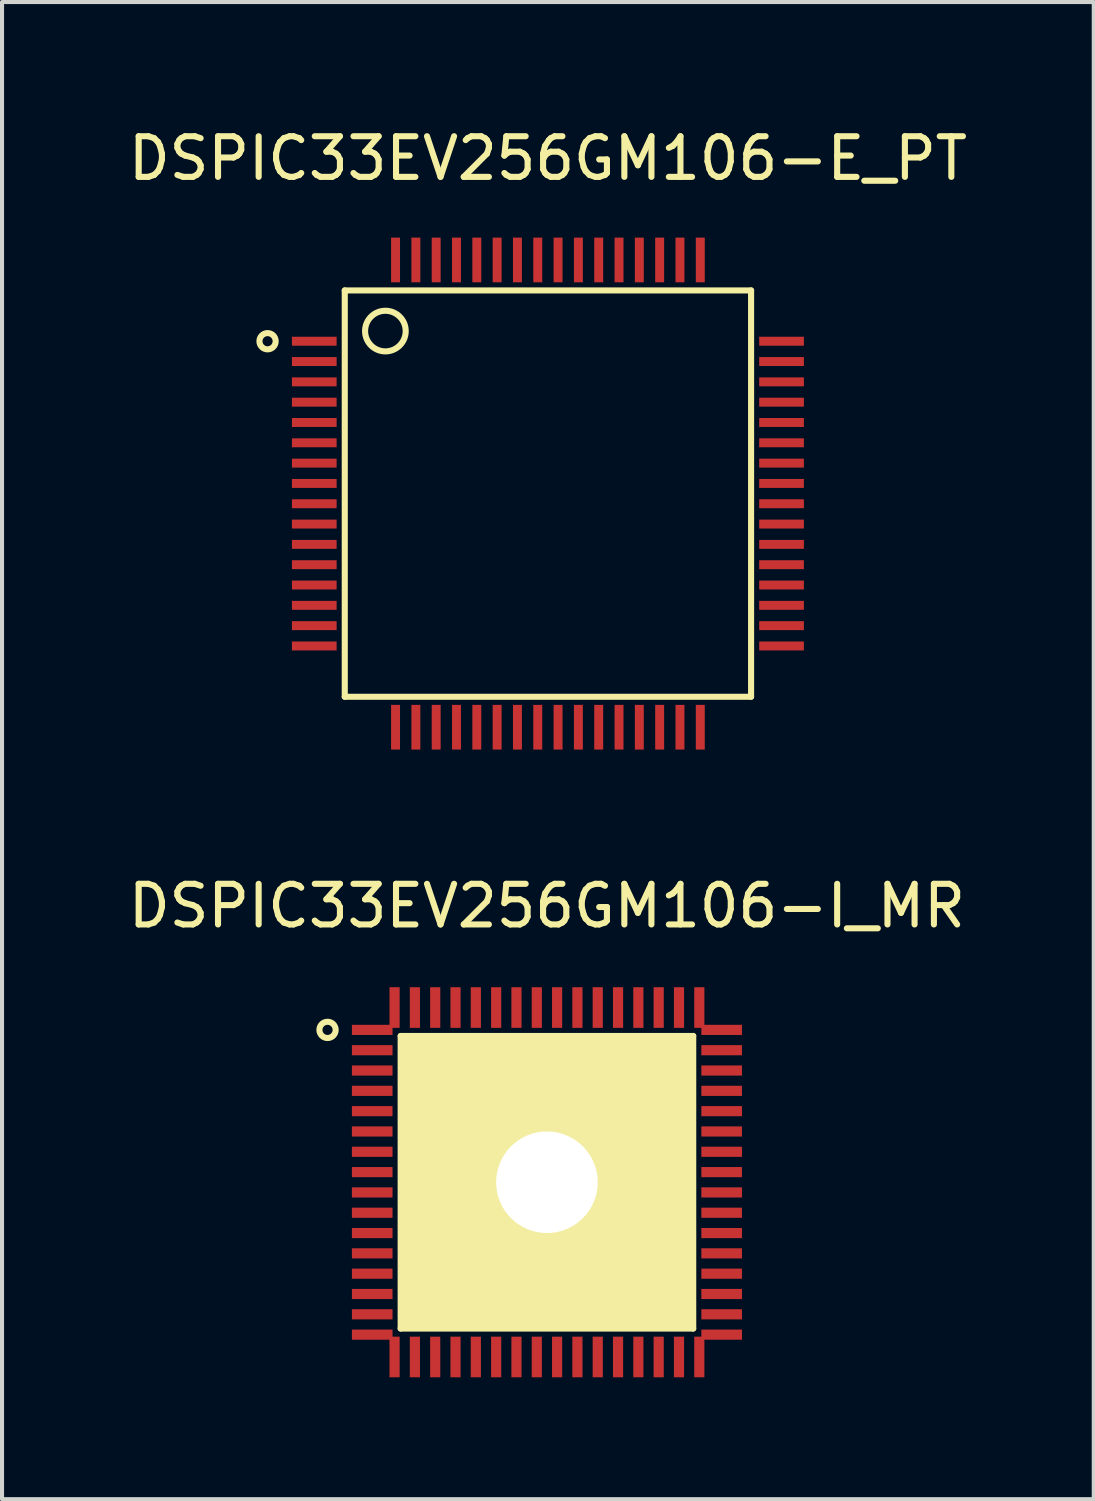
<source format=kicad_pcb>
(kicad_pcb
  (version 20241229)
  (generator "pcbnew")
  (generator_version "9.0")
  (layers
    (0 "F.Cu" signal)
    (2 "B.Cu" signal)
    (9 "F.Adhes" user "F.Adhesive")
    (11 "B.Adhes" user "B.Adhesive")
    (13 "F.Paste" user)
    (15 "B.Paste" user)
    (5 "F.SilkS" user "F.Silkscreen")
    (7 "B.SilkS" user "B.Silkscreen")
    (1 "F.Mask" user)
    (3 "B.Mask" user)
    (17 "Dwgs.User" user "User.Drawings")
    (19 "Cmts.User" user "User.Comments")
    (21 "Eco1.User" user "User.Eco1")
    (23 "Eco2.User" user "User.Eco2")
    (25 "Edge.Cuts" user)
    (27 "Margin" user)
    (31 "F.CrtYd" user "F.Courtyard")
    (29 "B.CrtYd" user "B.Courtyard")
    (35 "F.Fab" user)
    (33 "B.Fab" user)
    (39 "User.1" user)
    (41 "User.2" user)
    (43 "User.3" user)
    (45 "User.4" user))
  (footprint "DSPIC33EV256GM106-E_PT"
    (layer "F.Cu")
    (at 4.685 3.348)
    (property "Reference" "DSPIC33EV256GM106-E_PT" (at 5.75 -2.5 0) (layer "F.SilkS") (effects (font (size 1 1) (thickness 0.15))))
    (attr through_hole)
    (fp_line (start 0.75 0.75) (end 0.75 10.75) (stroke (width 0.15) (type solid)) (layer "F.SilkS"))
    (fp_line (start 0.75 0.75) (end 10.75 0.75) (stroke (width 0.15) (type solid)) (layer "F.SilkS"))
    (fp_line (start 0.75 10.75) (end 10.75 10.75) (stroke (width 0.15) (type solid)) (layer "F.SilkS"))
    (fp_line (start 10.75 10.75) (end 10.75 0.75) (stroke (width 0.15) (type solid)) (layer "F.SilkS"))
    (fp_circle (center -1.15 2) (end -1.15 1.8) (stroke (width 0.15) (type solid)) (fill no) (layer "F.SilkS"))
    (fp_circle (center 1.75 1.75) (end 1.75 1.25) (stroke (width 0.15) (type solid)) (fill no) (layer "F.SilkS"))
    (pad "1" smd rect (at 0 2) (size 1.1 0.22) (layers "F.Cu" "F.Mask" "F.Paste"))
    (pad "2" smd rect (at 0 2.5) (size 1.1 0.22) (layers "F.Cu" "F.Mask" "F.Paste"))
    (pad "3" smd rect (at 0 3) (size 1.1 0.22) (layers "F.Cu" "F.Mask" "F.Paste"))
    (pad "4" smd rect (at 0 3.5) (size 1.1 0.22) (layers "F.Cu" "F.Mask" "F.Paste"))
    (pad "5" smd rect (at 0 4) (size 1.1 0.22) (layers "F.Cu" "F.Mask" "F.Paste"))
    (pad "6" smd rect (at 0 4.5) (size 1.1 0.22) (layers "F.Cu" "F.Mask" "F.Paste"))
    (pad "7" smd rect (at 0 5) (size 1.1 0.22) (layers "F.Cu" "F.Mask" "F.Paste"))
    (pad "8" smd rect (at 0 5.5) (size 1.1 0.22) (layers "F.Cu" "F.Mask" "F.Paste"))
    (pad "9" smd rect (at 0 6) (size 1.1 0.22) (layers "F.Cu" "F.Mask" "F.Paste"))
    (pad "10" smd rect (at 0 6.5) (size 1.1 0.22) (layers "F.Cu" "F.Mask" "F.Paste"))
    (pad "11" smd rect (at 0 7) (size 1.1 0.22) (layers "F.Cu" "F.Mask" "F.Paste"))
    (pad "12" smd rect (at 0 7.5) (size 1.1 0.22) (layers "F.Cu" "F.Mask" "F.Paste"))
    (pad "13" smd rect (at 0 8) (size 1.1 0.22) (layers "F.Cu" "F.Mask" "F.Paste"))
    (pad "14" smd rect (at 0 8.5) (size 1.1 0.22) (layers "F.Cu" "F.Mask" "F.Paste"))
    (pad "15" smd rect (at 0 9) (size 1.1 0.22) (layers "F.Cu" "F.Mask" "F.Paste"))
    (pad "16" smd rect (at 0 9.5) (size 1.1 0.22) (layers "F.Cu" "F.Mask" "F.Paste"))
    (pad "17" smd rect (at 2 11.5) (size 0.22 1.1) (layers "F.Cu" "F.Mask" "F.Paste"))
    (pad "18" smd rect (at 2.5 11.5) (size 0.22 1.1) (layers "F.Cu" "F.Mask" "F.Paste"))
    (pad "19" smd rect (at 3 11.5) (size 0.22 1.1) (layers "F.Cu" "F.Mask" "F.Paste"))
    (pad "20" smd rect (at 3.5 11.5) (size 0.22 1.1) (layers "F.Cu" "F.Mask" "F.Paste"))
    (pad "21" smd rect (at 4 11.5) (size 0.22 1.1) (layers "F.Cu" "F.Mask" "F.Paste"))
    (pad "22" smd rect (at 4.5 11.5) (size 0.22 1.1) (layers "F.Cu" "F.Mask" "F.Paste"))
    (pad "23" smd rect (at 5 11.5) (size 0.22 1.1) (layers "F.Cu" "F.Mask" "F.Paste"))
    (pad "24" smd rect (at 5.5 11.5) (size 0.22 1.1) (layers "F.Cu" "F.Mask" "F.Paste"))
    (pad "25" smd rect (at 6 11.5) (size 0.22 1.1) (layers "F.Cu" "F.Mask" "F.Paste"))
    (pad "26" smd rect (at 6.5 11.5) (size 0.22 1.1) (layers "F.Cu" "F.Mask" "F.Paste"))
    (pad "27" smd rect (at 7 11.5) (size 0.22 1.1) (layers "F.Cu" "F.Mask" "F.Paste"))
    (pad "28" smd rect (at 7.5 11.5) (size 0.22 1.1) (layers "F.Cu" "F.Mask" "F.Paste"))
    (pad "29" smd rect (at 8 11.5) (size 0.22 1.1) (layers "F.Cu" "F.Mask" "F.Paste"))
    (pad "30" smd rect (at 8.5 11.5) (size 0.22 1.1) (layers "F.Cu" "F.Mask" "F.Paste"))
    (pad "31" smd rect (at 9 11.5) (size 0.22 1.1) (layers "F.Cu" "F.Mask" "F.Paste"))
    (pad "32" smd rect (at 9.5 11.5) (size 0.22 1.1) (layers "F.Cu" "F.Mask" "F.Paste"))
    (pad "33" smd rect (at 11.5 9.5) (size 1.1 0.22) (layers "F.Cu" "F.Mask" "F.Paste"))
    (pad "34" smd rect (at 11.5 9) (size 1.1 0.22) (layers "F.Cu" "F.Mask" "F.Paste"))
    (pad "35" smd rect (at 11.5 8.5) (size 1.1 0.22) (layers "F.Cu" "F.Mask" "F.Paste"))
    (pad "36" smd rect (at 11.5 8) (size 1.1 0.22) (layers "F.Cu" "F.Mask" "F.Paste"))
    (pad "37" smd rect (at 11.5 7.5) (size 1.1 0.22) (layers "F.Cu" "F.Mask" "F.Paste"))
    (pad "38" smd rect (at 11.5 7) (size 1.1 0.22) (layers "F.Cu" "F.Mask" "F.Paste"))
    (pad "39" smd rect (at 11.5 6.5) (size 1.1 0.22) (layers "F.Cu" "F.Mask" "F.Paste"))
    (pad "40" smd rect (at 11.5 6) (size 1.1 0.22) (layers "F.Cu" "F.Mask" "F.Paste"))
    (pad "41" smd rect (at 11.5 5.5) (size 1.1 0.22) (layers "F.Cu" "F.Mask" "F.Paste"))
    (pad "42" smd rect (at 11.5 5) (size 1.1 0.22) (layers "F.Cu" "F.Mask" "F.Paste"))
    (pad "43" smd rect (at 11.5 4.5) (size 1.1 0.22) (layers "F.Cu" "F.Mask" "F.Paste"))
    (pad "44" smd rect (at 11.5 4) (size 1.1 0.22) (layers "F.Cu" "F.Mask" "F.Paste"))
    (pad "45" smd rect (at 11.5 3.5) (size 1.1 0.22) (layers "F.Cu" "F.Mask" "F.Paste"))
    (pad "46" smd rect (at 11.5 3) (size 1.1 0.22) (layers "F.Cu" "F.Mask" "F.Paste"))
    (pad "47" smd rect (at 11.5 2.5) (size 1.1 0.22) (layers "F.Cu" "F.Mask" "F.Paste"))
    (pad "48" smd rect (at 11.5 2) (size 1.1 0.22) (layers "F.Cu" "F.Mask" "F.Paste"))
    (pad "49" smd rect (at 9.5 0) (size 0.22 1.1) (layers "F.Cu" "F.Mask" "F.Paste"))
    (pad "50" smd rect (at 9 0) (size 0.22 1.1) (layers "F.Cu" "F.Mask" "F.Paste"))
    (pad "51" smd rect (at 8.5 0) (size 0.22 1.1) (layers "F.Cu" "F.Mask" "F.Paste"))
    (pad "52" smd rect (at 8 0) (size 0.22 1.1) (layers "F.Cu" "F.Mask" "F.Paste"))
    (pad "53" smd rect (at 7.5 0) (size 0.22 1.1) (layers "F.Cu" "F.Mask" "F.Paste"))
    (pad "54" smd rect (at 7 0) (size 0.22 1.1) (layers "F.Cu" "F.Mask" "F.Paste"))
    (pad "55" smd rect (at 6.5 0) (size 0.22 1.1) (layers "F.Cu" "F.Mask" "F.Paste"))
    (pad "56" smd rect (at 6 0) (size 0.22 1.1) (layers "F.Cu" "F.Mask" "F.Paste"))
    (pad "57" smd rect (at 5.5 0) (size 0.22 1.1) (layers "F.Cu" "F.Mask" "F.Paste"))
    (pad "58" smd rect (at 5 0) (size 0.22 1.1) (layers "F.Cu" "F.Mask" "F.Paste"))
    (pad "59" smd rect (at 4.5 0) (size 0.22 1.1) (layers "F.Cu" "F.Mask" "F.Paste"))
    (pad "60" smd rect (at 4 0) (size 0.22 1.1) (layers "F.Cu" "F.Mask" "F.Paste"))
    (pad "61" smd rect (at 3.5 0) (size 0.22 1.1) (layers "F.Cu" "F.Mask" "F.Paste"))
    (pad "62" smd rect (at 3 0) (size 0.22 1.1) (layers "F.Cu" "F.Mask" "F.Paste"))
    (pad "63" smd rect (at 2.5 0) (size 0.22 1.1) (layers "F.Cu" "F.Mask" "F.Paste"))
    (pad "64" smd rect (at 2 0) (size 0.22 1.1) (layers "F.Cu" "F.Mask" "F.Paste")))
  (footprint "DSPIC33EV256GM106-I_MR"
    (layer "F.Cu")
    (at 6.111 21.747)
    (property "Reference" "DSPIC33EV256GM106-I_MR" (at 4.3 -2.5 0) (layer "F.SilkS") (effects (font (size 1 1) (thickness 0.15))))
    (attr through_hole)
    (fp_line (start 0.7 0.7) (end 0.7 7.9) (stroke (width 0.15) (type solid)) (layer "F.SilkS"))
    (fp_line (start 0.7 0.7) (end 7.9 0.7) (stroke (width 0.15) (type solid)) (layer "F.SilkS"))
    (fp_line (start 0.7 7.9) (end 7.9 7.9) (stroke (width 0.15) (type solid)) (layer "F.SilkS"))
    (fp_line (start 7.9 7.9) (end 7.9 0.7) (stroke (width 0.15) (type solid)) (layer "F.SilkS"))
    (fp_circle (center -1.1 0.55) (end -1.1 0.35) (stroke (width 0.15) (type solid)) (fill no) (layer "F.SilkS"))
    (fp_circle (center 1.7 1.7) (end 1.7 1.2) (stroke (width 0.15) (type solid)) (fill no) (layer "F.SilkS"))
    (pad "1" smd rect (at 0 0.55) (size 1 0.25) (layers "F.Cu" "F.Mask" "F.Paste"))
    (pad "2" smd rect (at 0 1.05) (size 1 0.25) (layers "F.Cu" "F.Mask" "F.Paste"))
    (pad "3" smd rect (at 0 1.55) (size 1 0.25) (layers "F.Cu" "F.Mask" "F.Paste"))
    (pad "4" smd rect (at 0 2.05) (size 1 0.25) (layers "F.Cu" "F.Mask" "F.Paste"))
    (pad "5" smd rect (at 0 2.55) (size 1 0.25) (layers "F.Cu" "F.Mask" "F.Paste"))
    (pad "6" smd rect (at 0 3.05) (size 1 0.25) (layers "F.Cu" "F.Mask" "F.Paste"))
    (pad "7" smd rect (at 0 3.55) (size 1 0.25) (layers "F.Cu" "F.Mask" "F.Paste"))
    (pad "8" smd rect (at 0 4.05) (size 1 0.25) (layers "F.Cu" "F.Mask" "F.Paste"))
    (pad "9" smd rect (at 0 4.55) (size 1 0.25) (layers "F.Cu" "F.Mask" "F.Paste"))
    (pad "10" smd rect (at 0 5.05) (size 1 0.25) (layers "F.Cu" "F.Mask" "F.Paste"))
    (pad "11" smd rect (at 0 5.55) (size 1 0.25) (layers "F.Cu" "F.Mask" "F.Paste"))
    (pad "12" smd rect (at 0 6.05) (size 1 0.25) (layers "F.Cu" "F.Mask" "F.Paste"))
    (pad "13" smd rect (at 0 6.55) (size 1 0.25) (layers "F.Cu" "F.Mask" "F.Paste"))
    (pad "14" smd rect (at 0 7.05) (size 1 0.25) (layers "F.Cu" "F.Mask" "F.Paste"))
    (pad "15" smd rect (at 0 7.55) (size 1 0.25) (layers "F.Cu" "F.Mask" "F.Paste"))
    (pad "16" smd rect (at 0 8.05) (size 1 0.25) (layers "F.Cu" "F.Mask" "F.Paste"))
    (pad "17" smd rect (at 0.55 8.6) (size 0.25 1) (layers "F.Cu" "F.Mask" "F.Paste"))
    (pad "18" smd rect (at 1.05 8.6) (size 0.25 1) (layers "F.Cu" "F.Mask" "F.Paste"))
    (pad "19" smd rect (at 1.55 8.6) (size 0.25 1) (layers "F.Cu" "F.Mask" "F.Paste"))
    (pad "20" smd rect (at 2.05 8.6) (size 0.25 1) (layers "F.Cu" "F.Mask" "F.Paste"))
    (pad "21" smd rect (at 2.55 8.6) (size 0.25 1) (layers "F.Cu" "F.Mask" "F.Paste"))
    (pad "22" smd rect (at 3.05 8.6) (size 0.25 1) (layers "F.Cu" "F.Mask" "F.Paste"))
    (pad "23" smd rect (at 3.55 8.6) (size 0.25 1) (layers "F.Cu" "F.Mask" "F.Paste"))
    (pad "24" smd rect (at 4.05 8.6) (size 0.25 1) (layers "F.Cu" "F.Mask" "F.Paste"))
    (pad "25" smd rect (at 4.55 8.6) (size 0.25 1) (layers "F.Cu" "F.Mask" "F.Paste"))
    (pad "26" smd rect (at 5.05 8.6) (size 0.25 1) (layers "F.Cu" "F.Mask" "F.Paste"))
    (pad "27" smd rect (at 5.55 8.6) (size 0.25 1) (layers "F.Cu" "F.Mask" "F.Paste"))
    (pad "28" smd rect (at 6.05 8.6) (size 0.25 1) (layers "F.Cu" "F.Mask" "F.Paste"))
    (pad "29" smd rect (at 6.55 8.6) (size 0.25 1) (layers "F.Cu" "F.Mask" "F.Paste"))
    (pad "30" smd rect (at 7.05 8.6) (size 0.25 1) (layers "F.Cu" "F.Mask" "F.Paste"))
    (pad "31" smd rect (at 7.55 8.6) (size 0.25 1) (layers "F.Cu" "F.Mask" "F.Paste"))
    (pad "32" smd rect (at 8.05 8.6) (size 0.25 1) (layers "F.Cu" "F.Mask" "F.Paste"))
    (pad "33" smd rect (at 8.6 8.05) (size 1 0.25) (layers "F.Cu" "F.Mask" "F.Paste"))
    (pad "34" smd rect (at 8.6 7.55) (size 1 0.25) (layers "F.Cu" "F.Mask" "F.Paste"))
    (pad "35" smd rect (at 8.6 7.05) (size 1 0.25) (layers "F.Cu" "F.Mask" "F.Paste"))
    (pad "36" smd rect (at 8.6 6.55) (size 1 0.25) (layers "F.Cu" "F.Mask" "F.Paste"))
    (pad "37" smd rect (at 8.6 6.05) (size 1 0.25) (layers "F.Cu" "F.Mask" "F.Paste"))
    (pad "38" smd rect (at 8.6 5.55) (size 1 0.25) (layers "F.Cu" "F.Mask" "F.Paste"))
    (pad "39" smd rect (at 8.6 5.05) (size 1 0.25) (layers "F.Cu" "F.Mask" "F.Paste"))
    (pad "40" smd rect (at 8.6 4.55) (size 1 0.25) (layers "F.Cu" "F.Mask" "F.Paste"))
    (pad "41" smd rect (at 8.6 4.05) (size 1 0.25) (layers "F.Cu" "F.Mask" "F.Paste"))
    (pad "42" smd rect (at 8.6 3.55) (size 1 0.25) (layers "F.Cu" "F.Mask" "F.Paste"))
    (pad "43" smd rect (at 8.6 3.05) (size 1 0.25) (layers "F.Cu" "F.Mask" "F.Paste"))
    (pad "44" smd rect (at 8.6 2.55) (size 1 0.25) (layers "F.Cu" "F.Mask" "F.Paste"))
    (pad "45" smd rect (at 8.6 2.05) (size 1 0.25) (layers "F.Cu" "F.Mask" "F.Paste"))
    (pad "46" smd rect (at 8.6 1.55) (size 1 0.25) (layers "F.Cu" "F.Mask" "F.Paste"))
    (pad "47" smd rect (at 8.6 1.05) (size 1 0.25) (layers "F.Cu" "F.Mask" "F.Paste"))
    (pad "48" smd rect (at 8.6 0.55) (size 1 0.25) (layers "F.Cu" "F.Mask" "F.Paste"))
    (pad "49" smd rect (at 8.05 0) (size 0.25 1) (layers "F.Cu" "F.Mask" "F.Paste"))
    (pad "50" smd rect (at 7.55 0) (size 0.25 1) (layers "F.Cu" "F.Mask" "F.Paste"))
    (pad "51" smd rect (at 7.05 0) (size 0.25 1) (layers "F.Cu" "F.Mask" "F.Paste"))
    (pad "52" smd rect (at 6.55 0) (size 0.25 1) (layers "F.Cu" "F.Mask" "F.Paste"))
    (pad "53" smd rect (at 6.05 0) (size 0.25 1) (layers "F.Cu" "F.Mask" "F.Paste"))
    (pad "54" smd rect (at 5.55 0) (size 0.25 1) (layers "F.Cu" "F.Mask" "F.Paste"))
    (pad "55" smd rect (at 5.05 0) (size 0.25 1) (layers "F.Cu" "F.Mask" "F.Paste"))
    (pad "56" smd rect (at 4.55 0) (size 0.25 1) (layers "F.Cu" "F.Mask" "F.Paste"))
    (pad "57" smd rect (at 4.05 0) (size 0.25 1) (layers "F.Cu" "F.Mask" "F.Paste"))
    (pad "58" smd rect (at 3.55 0) (size 0.25 1) (layers "F.Cu" "F.Mask" "F.Paste"))
    (pad "59" smd rect (at 3.05 0) (size 0.25 1) (layers "F.Cu" "F.Mask" "F.Paste"))
    (pad "60" smd rect (at 2.55 0) (size 0.25 1) (layers "F.Cu" "F.Mask" "F.Paste"))
    (pad "61" smd rect (at 2.05 0) (size 0.25 1) (layers "F.Cu" "F.Mask" "F.Paste"))
    (pad "62" smd rect (at 1.55 0) (size 0.25 1) (layers "F.Cu" "F.Mask" "F.Paste"))
    (pad "63" smd rect (at 1.05 0) (size 0.25 1) (layers "F.Cu" "F.Mask" "F.Paste"))
    (pad "64" smd rect (at 0.55 0) (size 0.25 1) (layers "F.Cu" "F.Mask" "F.Paste"))
    (pad "999" thru_hole rect (at 4.3 4.3) (size 7.15 7.15) (drill 2.5) (layers "*.Cu" "*.Mask" "F.SilkS")))
  (gr_rect
    (start -3 -3)
    (end 23.869 33.846)
    (stroke (width 0.1) (type default))
    (fill no)
    (layer "Edge.Cuts")))
</source>
